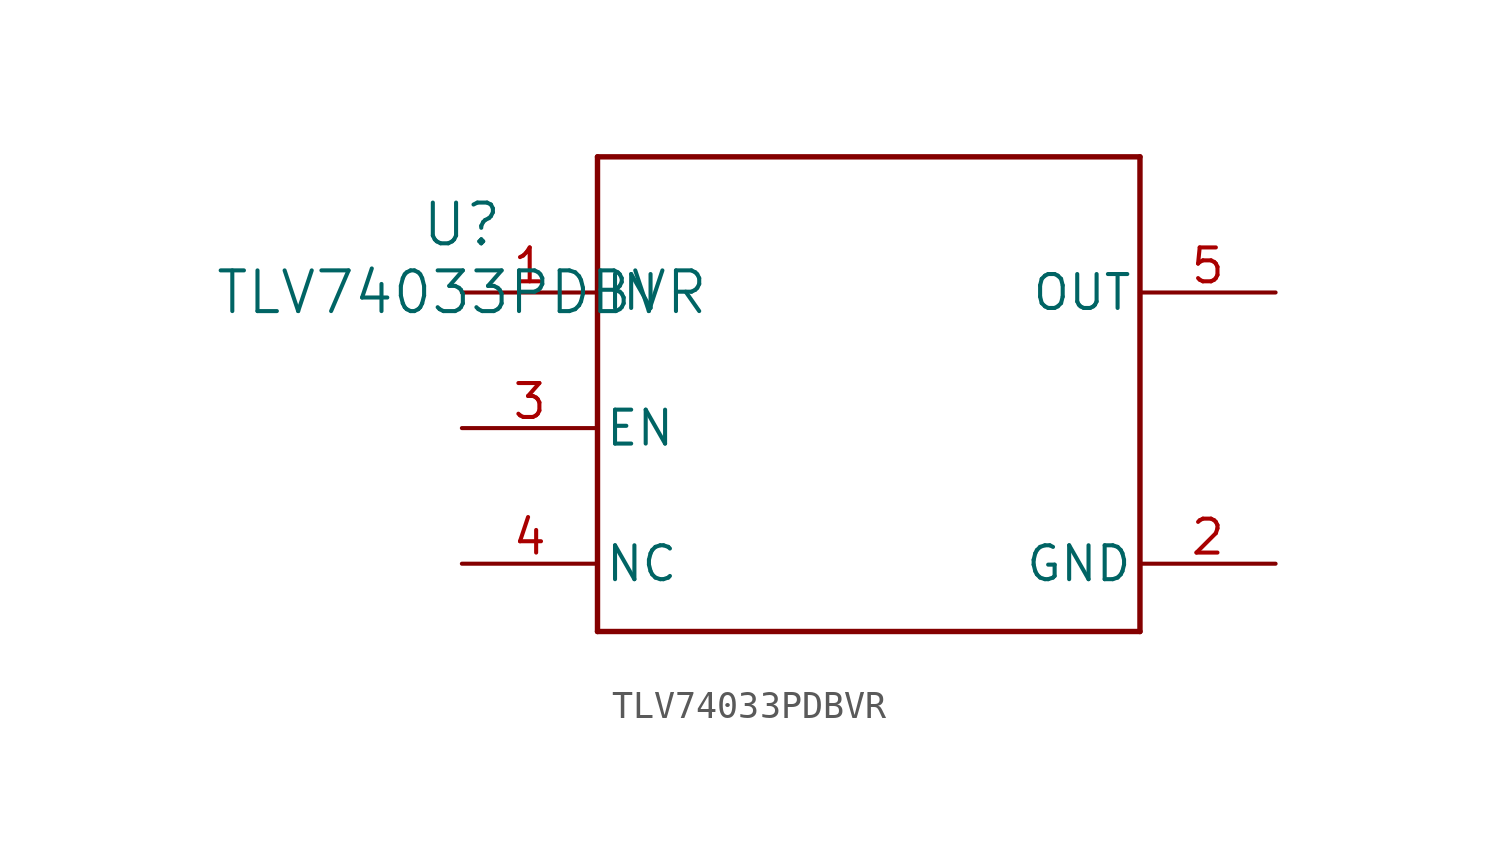
<source format=kicad_sym>
(kicad_symbol_lib
  (version 20211014)
  (generator kicad_symbol_editor)
  (symbol "TLV74033PDBVR"
    (pin_names
      (offset 0.254))
    (property "Reference" "U"
      (at 0 2.54 0)
      (effects (font (size 1.524 1.524))))
    (property "Value" "TLV74033PDBVR"
      (at 0 0 0)
      (effects (font (size 1.524 1.524))))
    (symbol "TLV74033PDBVR_0_1"
      (polyline (pts (xy 5.08 -12.7) (xy 25.4 -12.7)) (stroke (width 0.203) (type default) (color 0 0 0 0)) (fill (type none)))
      (polyline (pts (xy 25.4 -12.7) (xy 25.4 5.08)) (stroke (width 0.203) (type default) (color 0 0 0 0)) (fill (type none)))
      (polyline (pts (xy 25.4 5.08) (xy 5.08 5.08)) (stroke (width 0.203) (type default) (color 0 0 0 0)) (fill (type none)))
      (polyline (pts (xy 5.08 5.08) (xy 5.08 -12.7)) (stroke (width 0.203) (type default) (color 0 0 0 0)) (fill (type none)))
      (pin power_in line (at 0 0 0) (length 5.08) (name "IN" (effects (font (size 1.27 1.27)))) (number "1" (effects (font (size 1.27 1.27)))))
      (pin power_in line (at 30.48 -10.16 180) (length 5.08) (name "GND" (effects (font (size 1.27 1.27)))) (number "2" (effects (font (size 1.27 1.27)))))
      (pin input line (at 0 -5.08 0) (length 5.08) (name "EN" (effects (font (size 1.27 1.27)))) (number "3" (effects (font (size 1.27 1.27)))))
      (pin unspecified line (at 0 -10.16 0) (length 5.08) (name "NC" (effects (font (size 1.27 1.27)))) (number "4" (effects (font (size 1.27 1.27)))))
      (pin unspecified line (at 30.48 0 180) (length 5.08) (name "OUT" (effects (font (size 1.27 1.27)))) (number "5" (effects (font (size 1.27 1.27))))))))
</source>
